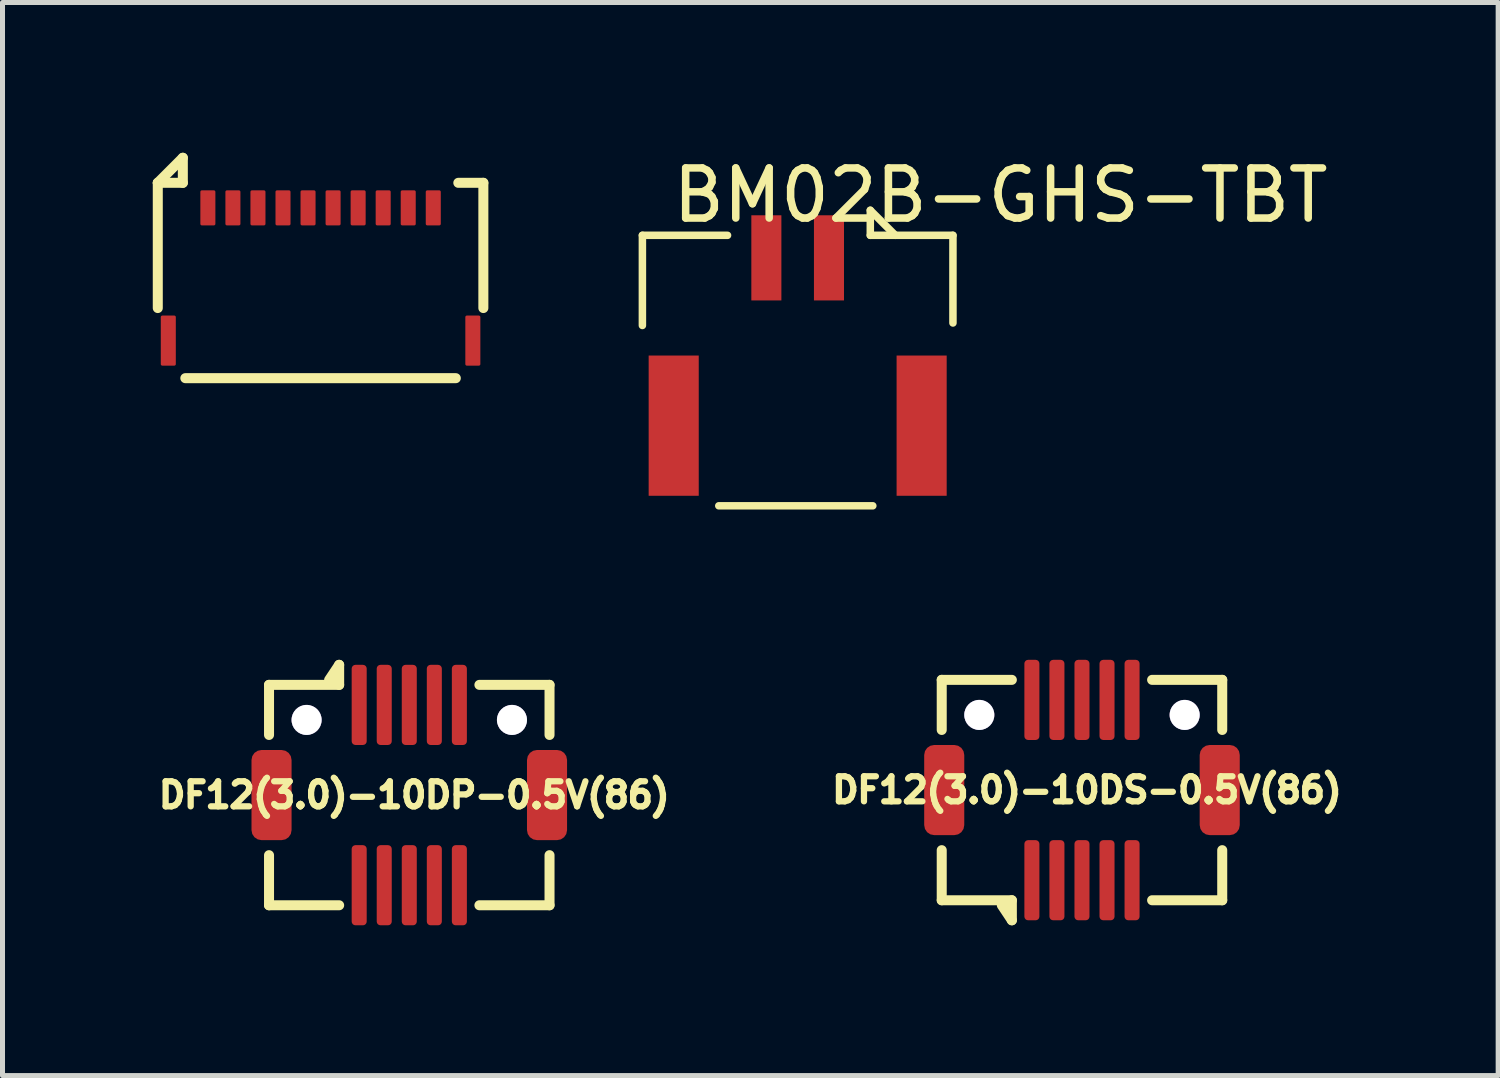
<source format=kicad_pcb>
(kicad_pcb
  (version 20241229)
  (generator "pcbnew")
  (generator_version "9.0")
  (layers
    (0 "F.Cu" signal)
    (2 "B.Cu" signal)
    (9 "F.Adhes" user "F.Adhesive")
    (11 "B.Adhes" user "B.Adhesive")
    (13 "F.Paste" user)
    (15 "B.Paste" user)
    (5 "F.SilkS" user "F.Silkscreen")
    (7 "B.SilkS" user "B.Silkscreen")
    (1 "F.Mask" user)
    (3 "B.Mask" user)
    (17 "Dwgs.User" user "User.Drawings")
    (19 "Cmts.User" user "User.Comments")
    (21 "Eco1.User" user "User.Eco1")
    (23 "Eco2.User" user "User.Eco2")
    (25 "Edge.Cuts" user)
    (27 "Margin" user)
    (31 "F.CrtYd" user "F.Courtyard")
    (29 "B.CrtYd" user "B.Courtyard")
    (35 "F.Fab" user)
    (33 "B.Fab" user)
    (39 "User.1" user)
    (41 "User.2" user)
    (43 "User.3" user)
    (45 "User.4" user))
  (footprint "BM02B-GHS-TBT"
    (layer "F.Cu")
    (at 12.875 2.098)
    (property "Reference" "BM02B-GHS-TBT" (at 4.05 -1.25 0) (layer "F.SilkS") (effects (font (size 1 1) (thickness 0.15))))
    (attr through_hole)
    (fp_line (start -3.1 -0.45) (end -3.1 1.35) (stroke (width 0.15) (type solid)) (layer "F.SilkS"))
    (fp_line (start -3.1 -0.45) (end -1.4 -0.45) (stroke (width 0.15) (type solid)) (layer "F.SilkS"))
    (fp_line (start -1.575 4.95) (end 1.5 4.95) (stroke (width 0.15) (type solid)) (layer "F.SilkS"))
    (fp_line (start 1.45 -0.95) (end 1.95 -0.45) (stroke (width 0.15) (type solid)) (layer "F.SilkS"))
    (fp_line (start 1.45 -0.45) (end 1.45 -0.95) (stroke (width 0.15) (type solid)) (layer "F.SilkS"))
    (fp_line (start 1.45 -0.45) (end 3.1 -0.45) (stroke (width 0.15) (type solid)) (layer "F.SilkS"))
    (fp_line (start 3.1 -0.45) (end 3.1 1.3) (stroke (width 0.15) (type solid)) (layer "F.SilkS"))
    (pad "" smd rect (at -2.475 3.35) (size 1 2.8) (layers "F.Cu" "F.Mask" "F.Paste"))
    (pad "" smd rect (at 2.475 3.35) (size 1 2.8) (layers "F.Cu" "F.Mask" "F.Paste"))
    (pad "1" smd rect (at 0.625 0) (size 0.6 1.7) (layers "F.Cu" "F.Mask" "F.Paste"))
    (pad "2" smd rect (at -0.625 0) (size 0.6 1.7) (layers "F.Cu" "F.Mask" "F.Paste")))
  (footprint "DF12(3.0)-10DP-0.5V(86)"
    (layer "F.Cu")
    (at 5.121 12.823)
    (property "Reference" "DF12(3.0)-10DP-0.5V(86)" (at 0.1 0 0) (layer "F.SilkS") (effects (font (size 0.5 0.5) (thickness 0.125))))
    (attr through_hole)
    (fp_line (start -2.8 -2.2) (end -1.4 -2.2) (stroke (width 0.2) (type solid)) (layer "F.SilkS"))
    (fp_line (start -2.8 -1.2) (end -2.8 -2.2) (stroke (width 0.2) (type solid)) (layer "F.SilkS"))
    (fp_line (start -2.8 1.2) (end -2.8 2.2) (stroke (width 0.2) (type solid)) (layer "F.SilkS"))
    (fp_line (start -1.4 -2.6) (end -1.6 -2.3) (stroke (width 0.2) (type solid)) (layer "F.SilkS"))
    (fp_line (start -1.4 -2.2) (end -1.4 -2.6) (stroke (width 0.2) (type solid)) (layer "F.SilkS"))
    (fp_line (start -1.4 2.2) (end -2.8 2.2) (stroke (width 0.2) (type solid)) (layer "F.SilkS"))
    (fp_line (start 1.4 -2.2) (end 2.8 -2.2) (stroke (width 0.2) (type solid)) (layer "F.SilkS"))
    (fp_line (start 2.8 -1.2) (end 2.8 -2.2) (stroke (width 0.2) (type solid)) (layer "F.SilkS"))
    (fp_line (start 2.8 1.2) (end 2.8 2.2) (stroke (width 0.2) (type solid)) (layer "F.SilkS"))
    (fp_line (start 2.8 2.2) (end 1.4 2.2) (stroke (width 0.2) (type solid)) (layer "F.SilkS"))
    (pad "" smd roundrect (at -2.75 0) (size 0.8 1.8) (layers "F.Cu" "F.Mask" "F.Paste") (roundrect_rratio 0.25))
    (pad "" thru_hole circle (at -2.05 -1.5) (size 0.6 0.6) (drill 0.6) (layers "*.Cu" "*.Mask"))
    (pad "" thru_hole circle (at 2.05 -1.5) (size 0.6 0.6) (drill 0.6) (layers "*.Cu" "*.Mask"))
    (pad "" smd roundrect (at 2.75 0) (size 0.8 1.8) (layers "F.Cu" "F.Mask" "F.Paste") (roundrect_rratio 0.25))
    (pad "1" smd roundrect (at -1 -1.8) (size 0.3 1.6) (layers "F.Cu" "F.Mask" "F.Paste") (roundrect_rratio 0.25))
    (pad "2" smd roundrect (at -1 1.8) (size 0.3 1.6) (layers "F.Cu" "F.Mask" "F.Paste") (roundrect_rratio 0.25))
    (pad "3" smd roundrect (at -0.5 -1.8) (size 0.3 1.6) (layers "F.Cu" "F.Mask" "F.Paste") (roundrect_rratio 0.25))
    (pad "4" smd roundrect (at -0.5 1.8) (size 0.3 1.6) (layers "F.Cu" "F.Mask" "F.Paste") (roundrect_rratio 0.25))
    (pad "5" smd roundrect (at 0 -1.8) (size 0.3 1.6) (layers "F.Cu" "F.Mask" "F.Paste") (roundrect_rratio 0.25))
    (pad "6" smd roundrect (at 0 1.8) (size 0.3 1.6) (layers "F.Cu" "F.Mask" "F.Paste") (roundrect_rratio 0.25))
    (pad "7" smd roundrect (at 0.5 -1.8) (size 0.3 1.6) (layers "F.Cu" "F.Mask" "F.Paste") (roundrect_rratio 0.25))
    (pad "8" smd roundrect (at 0.5 1.8) (size 0.3 1.6) (layers "F.Cu" "F.Mask" "F.Paste") (roundrect_rratio 0.25))
    (pad "9" smd roundrect (at 1 -1.8) (size 0.3 1.6) (layers "F.Cu" "F.Mask" "F.Paste") (roundrect_rratio 0.25))
    (pad "10" smd roundrect (at 1 1.8) (size 0.3 1.6) (layers "F.Cu" "F.Mask" "F.Paste") (roundrect_rratio 0.25)))
  (footprint "5034801000"
    (layer "F.Cu")
    (at 3.35 1.1)
    (property "Reference" "5034801000" (at -0.25 0.5 0) (layer "F.SilkS") (effects (font (size 0.001 0.001) (thickness 0.15))))
    (attr through_hole)
    (fp_line (start -3.25 -0.5) (end -2.75 -1) (stroke (width 0.2) (type solid)) (layer "F.SilkS"))
    (fp_line (start -3.25 -0.5) (end -2.75 -0.5) (stroke (width 0.2) (type solid)) (layer "F.SilkS"))
    (fp_line (start -3.25 2) (end -3.25 -0.5) (stroke (width 0.2) (type solid)) (layer "F.SilkS"))
    (fp_line (start -2.75 -0.5) (end -2.75 -1) (stroke (width 0.2) (type solid)) (layer "F.SilkS"))
    (fp_line (start -2.7 3.4) (end 2.7 3.4) (stroke (width 0.2) (type solid)) (layer "F.SilkS"))
    (fp_line (start 2.75 -0.5) (end 3.25 -0.5) (stroke (width 0.2) (type solid)) (layer "F.SilkS"))
    (fp_line (start 3.25 -0.5) (end 3.25 2) (stroke (width 0.2) (type solid)) (layer "F.SilkS"))
    (pad "1" smd roundrect (at -2.25 0) (size 0.3 0.7) (layers "F.Cu" "F.Mask" "F.Paste") (roundrect_rratio 0.1))
    (pad "2" smd roundrect (at -1.75 0) (size 0.3 0.7) (layers "F.Cu" "F.Mask" "F.Paste") (roundrect_rratio 0.1))
    (pad "3" smd roundrect (at -1.25 0) (size 0.3 0.7) (layers "F.Cu" "F.Mask" "F.Paste") (roundrect_rratio 0.1))
    (pad "4" smd roundrect (at -0.75 0) (size 0.3 0.7) (layers "F.Cu" "F.Mask" "F.Paste") (roundrect_rratio 0.1))
    (pad "5" smd roundrect (at -0.25 0) (size 0.3 0.7) (layers "F.Cu" "F.Mask" "F.Paste") (roundrect_rratio 0.1))
    (pad "6" smd roundrect (at 0.25 0) (size 0.3 0.7) (layers "F.Cu" "F.Mask" "F.Paste") (roundrect_rratio 0.1))
    (pad "7" smd roundrect (at 0.75 0) (size 0.3 0.7) (layers "F.Cu" "F.Mask" "F.Paste") (roundrect_rratio 0.1))
    (pad "8" smd roundrect (at 1.25 0) (size 0.3 0.7) (layers "F.Cu" "F.Mask" "F.Paste") (roundrect_rratio 0.1))
    (pad "9" smd roundrect (at 1.75 0) (size 0.3 0.7) (layers "F.Cu" "F.Mask" "F.Paste") (roundrect_rratio 0.1))
    (pad "10" smd roundrect (at 2.25 0) (size 0.3 0.7) (layers "F.Cu" "F.Mask" "F.Paste") (roundrect_rratio 0.1))
    (pad "21" smd roundrect (at -3.04 2.65) (size 0.3 1) (layers "F.Cu" "F.Mask" "F.Paste") (roundrect_rratio 0.1))
    (pad "21" smd roundrect (at 3.04 2.65) (size 0.3 1) (layers "F.Cu" "F.Mask" "F.Paste") (roundrect_rratio 0.1)))
  (footprint "DF12(3.0)-10DS-0.5V(86)"
    (layer "F.Cu")
    (at 18.551 12.723)
    (property "Reference" "DF12(3.0)-10DS-0.5V(86)" (at 0.1 0 0) (layer "F.SilkS") (effects (font (size 0.5 0.5) (thickness 0.125))))
    (attr through_hole)
    (fp_line (start -2.8 -2.2) (end -1.4 -2.2) (stroke (width 0.2) (type solid)) (layer "F.SilkS"))
    (fp_line (start -2.8 -1.2) (end -2.8 -2.2) (stroke (width 0.2) (type solid)) (layer "F.SilkS"))
    (fp_line (start -2.8 1.2) (end -2.8 2.2) (stroke (width 0.2) (type solid)) (layer "F.SilkS"))
    (fp_line (start -1.4 2.2) (end -2.8 2.2) (stroke (width 0.2) (type solid)) (layer "F.SilkS"))
    (fp_line (start -1.4 2.2) (end -1.4 2.6) (stroke (width 0.2) (type solid)) (layer "F.SilkS"))
    (fp_line (start -1.4 2.6) (end -1.6 2.3) (stroke (width 0.2) (type solid)) (layer "F.SilkS"))
    (fp_line (start 1.4 -2.2) (end 2.8 -2.2) (stroke (width 0.2) (type solid)) (layer "F.SilkS"))
    (fp_line (start 2.8 -1.2) (end 2.8 -2.2) (stroke (width 0.2) (type solid)) (layer "F.SilkS"))
    (fp_line (start 2.8 1.2) (end 2.8 2.2) (stroke (width 0.2) (type solid)) (layer "F.SilkS"))
    (fp_line (start 2.8 2.2) (end 1.4 2.2) (stroke (width 0.2) (type solid)) (layer "F.SilkS"))
    (pad "" smd roundrect (at -2.75 0) (size 0.8 1.8) (layers "F.Cu" "F.Mask" "F.Paste") (roundrect_rratio 0.25))
    (pad "" thru_hole circle (at -2.05 -1.5) (size 0.6 0.6) (drill 0.6) (layers "*.Cu" "*.Mask"))
    (pad "" thru_hole circle (at 2.05 -1.5) (size 0.6 0.6) (drill 0.6) (layers "*.Cu" "*.Mask"))
    (pad "" smd roundrect (at 2.75 0) (size 0.8 1.8) (layers "F.Cu" "F.Mask" "F.Paste") (roundrect_rratio 0.25))
    (pad "1" smd roundrect (at -1 1.8) (size 0.3 1.6) (layers "F.Cu" "F.Mask" "F.Paste") (roundrect_rratio 0.25))
    (pad "2" smd roundrect (at -1 -1.8) (size 0.3 1.6) (layers "F.Cu" "F.Mask" "F.Paste") (roundrect_rratio 0.25))
    (pad "3" smd roundrect (at -0.5 1.8) (size 0.3 1.6) (layers "F.Cu" "F.Mask" "F.Paste") (roundrect_rratio 0.25))
    (pad "4" smd roundrect (at -0.5 -1.8) (size 0.3 1.6) (layers "F.Cu" "F.Mask" "F.Paste") (roundrect_rratio 0.25))
    (pad "5" smd roundrect (at 0 1.8) (size 0.3 1.6) (layers "F.Cu" "F.Mask" "F.Paste") (roundrect_rratio 0.25))
    (pad "6" smd roundrect (at 0 -1.8) (size 0.3 1.6) (layers "F.Cu" "F.Mask" "F.Paste") (roundrect_rratio 0.25))
    (pad "7" smd roundrect (at 0.5 1.8) (size 0.3 1.6) (layers "F.Cu" "F.Mask" "F.Paste") (roundrect_rratio 0.25))
    (pad "8" smd roundrect (at 0.5 -1.8) (size 0.3 1.6) (layers "F.Cu" "F.Mask" "F.Paste") (roundrect_rratio 0.25))
    (pad "9" smd roundrect (at 1 1.8) (size 0.3 1.6) (layers "F.Cu" "F.Mask" "F.Paste") (roundrect_rratio 0.25))
    (pad "10" smd roundrect (at 1 -1.8) (size 0.3 1.6) (layers "F.Cu" "F.Mask" "F.Paste") (roundrect_rratio 0.25)))
  (gr_rect
    (start -3 -3)
    (end 26.86 18.423)
    (stroke (width 0.1) (type default))
    (fill no)
    (layer "Edge.Cuts")))
</source>
